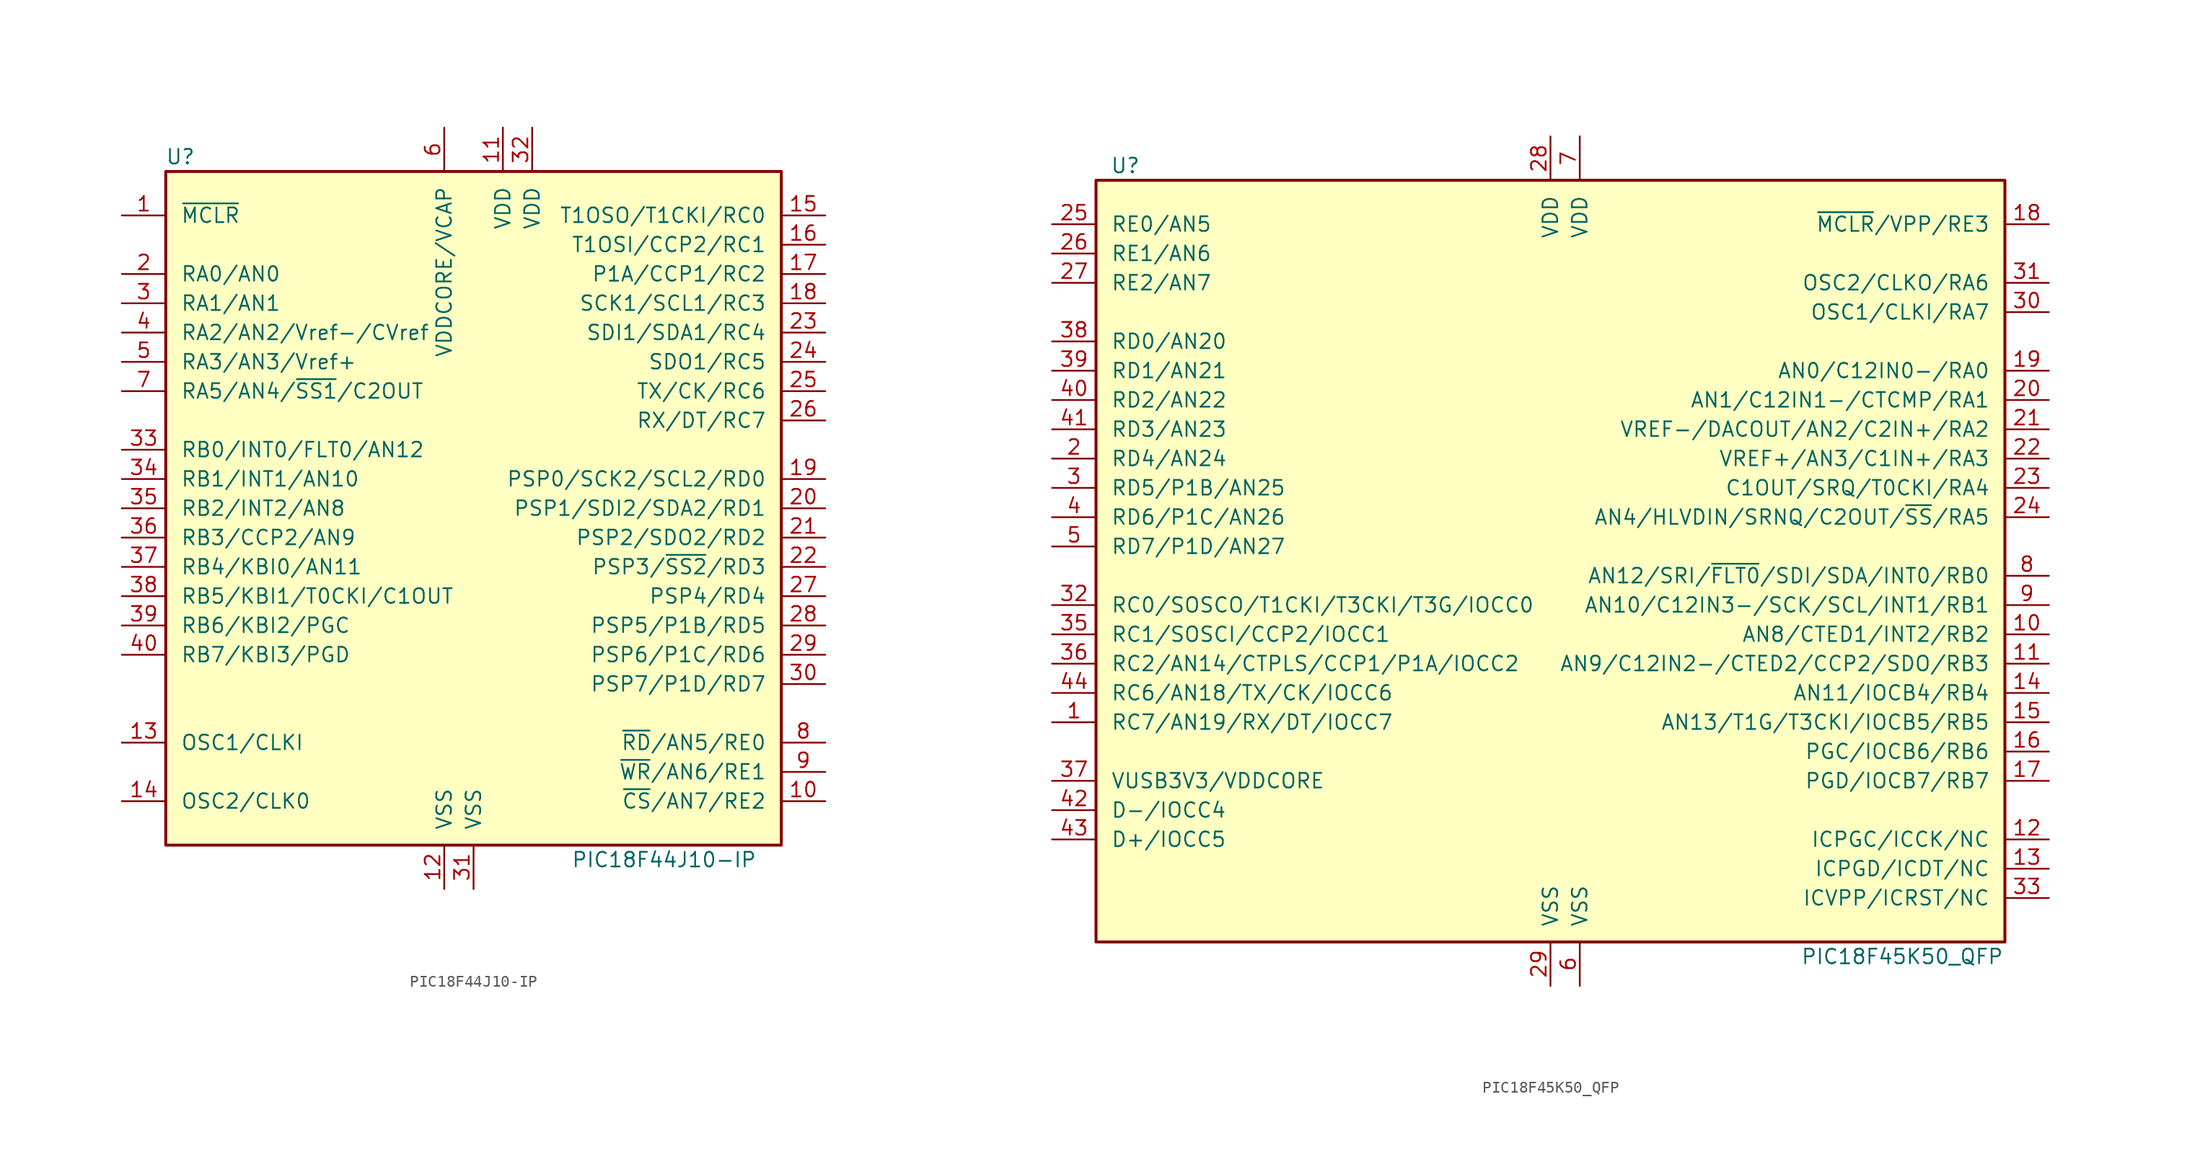
<source format=kicad_sym>
(kicad_symbol_lib
  (version 20241209)
  (generator "kicad_symbol_editor")
  (generator_version "9.0")
  (symbol "PIC18F44J10-IP"
    (pin_names
      (offset 1.27))
    (property "Reference" "U"
      (at -25.4 30.48 0)
      (effects (font (size 1.27 1.27))))
    (property "Value" "PIC18F44J10-IP"
      (at 16.51 -30.48 0)
      (effects (font (size 1.27 1.27))))
    (symbol "PIC18F44J10-IP_0_0"
      (rectangle (start -26.67 -29.21) (end 26.67 29.21) (stroke (width 0.254) (type default)) (fill (type background))))
    (symbol "PIC18F44J10-IP_1_1"
      (pin input line (at -30.48 25.4 0) (length 3.81) (name "~{MCLR}" (effects (font (size 1.27 1.27)))) (number "1" (effects (font (size 1.27 1.27)))))
      (pin tri_state line (at -30.48 20.32 0) (length 3.81) (name "RA0/AN0" (effects (font (size 1.27 1.27)))) (number "2" (effects (font (size 1.27 1.27)))))
      (pin tri_state line (at -30.48 17.78 0) (length 3.81) (name "RA1/AN1" (effects (font (size 1.27 1.27)))) (number "3" (effects (font (size 1.27 1.27)))))
      (pin tri_state line (at -30.48 15.24 0) (length 3.81) (name "RA2/AN2/Vref-/CVref" (effects (font (size 1.27 1.27)))) (number "4" (effects (font (size 1.27 1.27)))))
      (pin tri_state line (at -30.48 12.7 0) (length 3.81) (name "RA3/AN3/Vref+" (effects (font (size 1.27 1.27)))) (number "5" (effects (font (size 1.27 1.27)))))
      (pin tri_state line (at -30.48 10.16 0) (length 3.81) (name "RA5/AN4/~{SS1}/C2OUT" (effects (font (size 1.27 1.27)))) (number "7" (effects (font (size 1.27 1.27)))))
      (pin tri_state line (at -30.48 5.08 0) (length 3.81) (name "RB0/INT0/FLT0/AN12" (effects (font (size 1.27 1.27)))) (number "33" (effects (font (size 1.27 1.27)))))
      (pin tri_state line (at -30.48 2.54 0) (length 3.81) (name "RB1/INT1/AN10" (effects (font (size 1.27 1.27)))) (number "34" (effects (font (size 1.27 1.27)))))
      (pin tri_state line (at -30.48 0 0) (length 3.81) (name "RB2/INT2/AN8" (effects (font (size 1.27 1.27)))) (number "35" (effects (font (size 1.27 1.27)))))
      (pin tri_state line (at -30.48 -2.54 0) (length 3.81) (name "RB3/CCP2/AN9" (effects (font (size 1.27 1.27)))) (number "36" (effects (font (size 1.27 1.27)))))
      (pin tri_state line (at -30.48 -5.08 0) (length 3.81) (name "RB4/KBI0/AN11" (effects (font (size 1.27 1.27)))) (number "37" (effects (font (size 1.27 1.27)))))
      (pin tri_state line (at -30.48 -7.62 0) (length 3.81) (name "RB5/KBI1/T0CKI/C1OUT" (effects (font (size 1.27 1.27)))) (number "38" (effects (font (size 1.27 1.27)))))
      (pin tri_state line (at -30.48 -10.16 0) (length 3.81) (name "RB6/KBI2/PGC" (effects (font (size 1.27 1.27)))) (number "39" (effects (font (size 1.27 1.27)))))
      (pin tri_state line (at -30.48 -12.7 0) (length 3.81) (name "RB7/KBI3/PGD" (effects (font (size 1.27 1.27)))) (number "40" (effects (font (size 1.27 1.27)))))
      (pin input line (at -30.48 -20.32 0) (length 3.81) (name "OSC1/CLKI" (effects (font (size 1.27 1.27)))) (number "13" (effects (font (size 1.27 1.27)))))
      (pin output line (at -30.48 -25.4 0) (length 3.81) (name "OSC2/CLK0" (effects (font (size 1.27 1.27)))) (number "14" (effects (font (size 1.27 1.27)))))
      (pin passive line (at -2.54 33.02 270) (length 3.81) (name "VDDCORE/VCAP" (effects (font (size 1.27 1.27)))) (number "6" (effects (font (size 1.27 1.27)))))
      (pin power_in line (at -2.54 -33.02 90) (length 3.81) (name "VSS" (effects (font (size 1.27 1.27)))) (number "12" (effects (font (size 1.27 1.27)))))
      (pin power_in line (at 0 -33.02 90) (length 3.81) (name "VSS" (effects (font (size 1.27 1.27)))) (number "31" (effects (font (size 1.27 1.27)))))
      (pin power_in line (at 2.54 33.02 270) (length 3.81) (name "VDD" (effects (font (size 1.27 1.27)))) (number "11" (effects (font (size 1.27 1.27)))))
      (pin power_in line (at 5.08 33.02 270) (length 3.81) (name "VDD" (effects (font (size 1.27 1.27)))) (number "32" (effects (font (size 1.27 1.27)))))
      (pin tri_state line (at 30.48 25.4 180) (length 3.81) (name "T1OSO/T1CKI/RC0" (effects (font (size 1.27 1.27)))) (number "15" (effects (font (size 1.27 1.27)))))
      (pin tri_state line (at 30.48 22.86 180) (length 3.81) (name "T1OSI/CCP2/RC1" (effects (font (size 1.27 1.27)))) (number "16" (effects (font (size 1.27 1.27)))))
      (pin tri_state line (at 30.48 20.32 180) (length 3.81) (name "P1A/CCP1/RC2" (effects (font (size 1.27 1.27)))) (number "17" (effects (font (size 1.27 1.27)))))
      (pin tri_state line (at 30.48 17.78 180) (length 3.81) (name "SCK1/SCL1/RC3" (effects (font (size 1.27 1.27)))) (number "18" (effects (font (size 1.27 1.27)))))
      (pin tri_state line (at 30.48 15.24 180) (length 3.81) (name "SDI1/SDA1/RC4" (effects (font (size 1.27 1.27)))) (number "23" (effects (font (size 1.27 1.27)))))
      (pin tri_state line (at 30.48 12.7 180) (length 3.81) (name "SDO1/RC5" (effects (font (size 1.27 1.27)))) (number "24" (effects (font (size 1.27 1.27)))))
      (pin tri_state line (at 30.48 10.16 180) (length 3.81) (name "TX/CK/RC6" (effects (font (size 1.27 1.27)))) (number "25" (effects (font (size 1.27 1.27)))))
      (pin tri_state line (at 30.48 7.62 180) (length 3.81) (name "RX/DT/RC7" (effects (font (size 1.27 1.27)))) (number "26" (effects (font (size 1.27 1.27)))))
      (pin tri_state line (at 30.48 2.54 180) (length 3.81) (name "PSP0/SCK2/SCL2/RD0" (effects (font (size 1.27 1.27)))) (number "19" (effects (font (size 1.27 1.27)))))
      (pin tri_state line (at 30.48 0 180) (length 3.81) (name "PSP1/SDI2/SDA2/RD1" (effects (font (size 1.27 1.27)))) (number "20" (effects (font (size 1.27 1.27)))))
      (pin tri_state line (at 30.48 -2.54 180) (length 3.81) (name "PSP2/SDO2/RD2" (effects (font (size 1.27 1.27)))) (number "21" (effects (font (size 1.27 1.27)))))
      (pin tri_state line (at 30.48 -5.08 180) (length 3.81) (name "PSP3/~{SS2}/RD3" (effects (font (size 1.27 1.27)))) (number "22" (effects (font (size 1.27 1.27)))))
      (pin tri_state line (at 30.48 -7.62 180) (length 3.81) (name "PSP4/RD4" (effects (font (size 1.27 1.27)))) (number "27" (effects (font (size 1.27 1.27)))))
      (pin tri_state line (at 30.48 -10.16 180) (length 3.81) (name "PSP5/P1B/RD5" (effects (font (size 1.27 1.27)))) (number "28" (effects (font (size 1.27 1.27)))))
      (pin tri_state line (at 30.48 -12.7 180) (length 3.81) (name "PSP6/P1C/RD6" (effects (font (size 1.27 1.27)))) (number "29" (effects (font (size 1.27 1.27)))))
      (pin tri_state line (at 30.48 -15.24 180) (length 3.81) (name "PSP7/P1D/RD7" (effects (font (size 1.27 1.27)))) (number "30" (effects (font (size 1.27 1.27)))))
      (pin tri_state line (at 30.48 -20.32 180) (length 3.81) (name "~{RD}/AN5/RE0" (effects (font (size 1.27 1.27)))) (number "8" (effects (font (size 1.27 1.27)))))
      (pin tri_state line (at 30.48 -22.86 180) (length 3.81) (name "~{WR}/AN6/RE1" (effects (font (size 1.27 1.27)))) (number "9" (effects (font (size 1.27 1.27)))))
      (pin tri_state line (at 30.48 -25.4 180) (length 3.81) (name "~{CS}/AN7/RE2" (effects (font (size 1.27 1.27)))) (number "10" (effects (font (size 1.27 1.27)))))))
  (symbol "PIC18F45K50_QFP"
    (pin_names
      (offset 1.27))
    (property "Reference" "U"
      (at -36.83 33.02 0)
      (effects (font (size 1.27 1.27))))
    (property "Value" "PIC18F45K50_QFP"
      (at 30.48 -35.56 0)
      (effects (font (size 1.27 1.27))))
    (symbol "PIC18F45K50_QFP_0_1"
      (rectangle (start -39.37 31.75) (end 39.37 -34.29) (stroke (width 0.254) (type default)) (fill (type background))))
    (symbol "PIC18F45K50_QFP_1_1"
      (pin bidirectional line (at -43.18 27.94 0) (length 3.81) (name "RE0/AN5" (effects (font (size 1.27 1.27)))) (number "25" (effects (font (size 1.27 1.27)))))
      (pin bidirectional line (at -43.18 25.4 0) (length 3.81) (name "RE1/AN6" (effects (font (size 1.27 1.27)))) (number "26" (effects (font (size 1.27 1.27)))))
      (pin bidirectional line (at -43.18 22.86 0) (length 3.81) (name "RE2/AN7" (effects (font (size 1.27 1.27)))) (number "27" (effects (font (size 1.27 1.27)))))
      (pin bidirectional line (at -43.18 17.78 0) (length 3.81) (name "RD0/AN20" (effects (font (size 1.27 1.27)))) (number "38" (effects (font (size 1.27 1.27)))))
      (pin bidirectional line (at -43.18 15.24 0) (length 3.81) (name "RD1/AN21" (effects (font (size 1.27 1.27)))) (number "39" (effects (font (size 1.27 1.27)))))
      (pin bidirectional line (at -43.18 12.7 0) (length 3.81) (name "RD2/AN22" (effects (font (size 1.27 1.27)))) (number "40" (effects (font (size 1.27 1.27)))))
      (pin bidirectional line (at -43.18 10.16 0) (length 3.81) (name "RD3/AN23" (effects (font (size 1.27 1.27)))) (number "41" (effects (font (size 1.27 1.27)))))
      (pin bidirectional line (at -43.18 7.62 0) (length 3.81) (name "RD4/AN24" (effects (font (size 1.27 1.27)))) (number "2" (effects (font (size 1.27 1.27)))))
      (pin bidirectional line (at -43.18 5.08 0) (length 3.81) (name "RD5/P1B/AN25" (effects (font (size 1.27 1.27)))) (number "3" (effects (font (size 1.27 1.27)))))
      (pin bidirectional line (at -43.18 2.54 0) (length 3.81) (name "RD6/P1C/AN26" (effects (font (size 1.27 1.27)))) (number "4" (effects (font (size 1.27 1.27)))))
      (pin bidirectional line (at -43.18 0 0) (length 3.81) (name "RD7/P1D/AN27" (effects (font (size 1.27 1.27)))) (number "5" (effects (font (size 1.27 1.27)))))
      (pin bidirectional line (at -43.18 -5.08 0) (length 3.81) (name "RC0/SOSCO/T1CKI/T3CKI/T3G/IOCC0" (effects (font (size 1.27 1.27)))) (number "32" (effects (font (size 1.27 1.27)))))
      (pin bidirectional line (at -43.18 -7.62 0) (length 3.81) (name "RC1/SOSCI/CCP2/IOCC1" (effects (font (size 1.27 1.27)))) (number "35" (effects (font (size 1.27 1.27)))))
      (pin bidirectional line (at -43.18 -10.16 0) (length 3.81) (name "RC2/AN14/CTPLS/CCP1/P1A/IOCC2" (effects (font (size 1.27 1.27)))) (number "36" (effects (font (size 1.27 1.27)))))
      (pin bidirectional line (at -43.18 -12.7 0) (length 3.81) (name "RC6/AN18/TX/CK/IOCC6" (effects (font (size 1.27 1.27)))) (number "44" (effects (font (size 1.27 1.27)))))
      (pin bidirectional line (at -43.18 -15.24 0) (length 3.81) (name "RC7/AN19/RX/DT/IOCC7" (effects (font (size 1.27 1.27)))) (number "1" (effects (font (size 1.27 1.27)))))
      (pin power_in line (at -43.18 -20.32 0) (length 3.81) (name "VUSB3V3/VDDCORE" (effects (font (size 1.27 1.27)))) (number "37" (effects (font (size 1.27 1.27)))))
      (pin bidirectional line (at -43.18 -22.86 0) (length 3.81) (name "D-/IOCC4" (effects (font (size 1.27 1.27)))) (number "42" (effects (font (size 1.27 1.27)))))
      (pin bidirectional line (at -43.18 -25.4 0) (length 3.81) (name "D+/IOCC5" (effects (font (size 1.27 1.27)))) (number "43" (effects (font (size 1.27 1.27)))))
      (pin no_connect line (at -17.78 -34.29 90) (length 3.81) (hide yes) (name "NC" (effects (font (size 1.27 1.27)))) (number "34" (effects (font (size 1.27 1.27)))))
      (pin power_in line (at 0 35.56 270) (length 3.81) (name "VDD" (effects (font (size 1.27 1.27)))) (number "28" (effects (font (size 1.27 1.27)))))
      (pin power_in line (at 0 -38.1 90) (length 3.81) (name "VSS" (effects (font (size 1.27 1.27)))) (number "29" (effects (font (size 1.27 1.27)))))
      (pin power_in line (at 2.54 35.56 270) (length 3.81) (name "VDD" (effects (font (size 1.27 1.27)))) (number "7" (effects (font (size 1.27 1.27)))))
      (pin power_in line (at 2.54 -38.1 90) (length 3.81) (name "VSS" (effects (font (size 1.27 1.27)))) (number "6" (effects (font (size 1.27 1.27)))))
      (pin input line (at 43.18 27.94 180) (length 3.81) (name "~{MCLR}/VPP/RE3" (effects (font (size 1.27 1.27)))) (number "18" (effects (font (size 1.27 1.27)))))
      (pin bidirectional line (at 43.18 22.86 180) (length 3.81) (name "OSC2/CLKO/RA6" (effects (font (size 1.27 1.27)))) (number "31" (effects (font (size 1.27 1.27)))))
      (pin bidirectional line (at 43.18 20.32 180) (length 3.81) (name "OSC1/CLKI/RA7" (effects (font (size 1.27 1.27)))) (number "30" (effects (font (size 1.27 1.27)))))
      (pin bidirectional line (at 43.18 15.24 180) (length 3.81) (name "AN0/C12IN0-/RA0" (effects (font (size 1.27 1.27)))) (number "19" (effects (font (size 1.27 1.27)))))
      (pin bidirectional line (at 43.18 12.7 180) (length 3.81) (name "AN1/C12IN1-/CTCMP/RA1" (effects (font (size 1.27 1.27)))) (number "20" (effects (font (size 1.27 1.27)))))
      (pin bidirectional line (at 43.18 10.16 180) (length 3.81) (name "VREF-/DACOUT/AN2/C2IN+/RA2" (effects (font (size 1.27 1.27)))) (number "21" (effects (font (size 1.27 1.27)))))
      (pin bidirectional line (at 43.18 7.62 180) (length 3.81) (name "VREF+/AN3/C1IN+/RA3" (effects (font (size 1.27 1.27)))) (number "22" (effects (font (size 1.27 1.27)))))
      (pin bidirectional line (at 43.18 5.08 180) (length 3.81) (name "C1OUT/SRQ/T0CKI/RA4" (effects (font (size 1.27 1.27)))) (number "23" (effects (font (size 1.27 1.27)))))
      (pin bidirectional line (at 43.18 2.54 180) (length 3.81) (name "AN4/HLVDIN/SRNQ/C2OUT/~{SS}/RA5" (effects (font (size 1.27 1.27)))) (number "24" (effects (font (size 1.27 1.27)))))
      (pin bidirectional line (at 43.18 -2.54 180) (length 3.81) (name "AN12/SRI/~{FLT0}/SDI/SDA/INT0/RB0" (effects (font (size 1.27 1.27)))) (number "8" (effects (font (size 1.27 1.27)))))
      (pin bidirectional line (at 43.18 -5.08 180) (length 3.81) (name "AN10/C12IN3-/SCK/SCL/INT1/RB1" (effects (font (size 1.27 1.27)))) (number "9" (effects (font (size 1.27 1.27)))))
      (pin bidirectional line (at 43.18 -7.62 180) (length 3.81) (name "AN8/CTED1/INT2/RB2" (effects (font (size 1.27 1.27)))) (number "10" (effects (font (size 1.27 1.27)))))
      (pin bidirectional line (at 43.18 -10.16 180) (length 3.81) (name "AN9/C12IN2-/CTED2/CCP2/SDO/RB3" (effects (font (size 1.27 1.27)))) (number "11" (effects (font (size 1.27 1.27)))))
      (pin bidirectional line (at 43.18 -12.7 180) (length 3.81) (name "AN11/IOCB4/RB4" (effects (font (size 1.27 1.27)))) (number "14" (effects (font (size 1.27 1.27)))))
      (pin bidirectional line (at 43.18 -15.24 180) (length 3.81) (name "AN13/T1G/T3CKI/IOCB5/RB5" (effects (font (size 1.27 1.27)))) (number "15" (effects (font (size 1.27 1.27)))))
      (pin bidirectional line (at 43.18 -17.78 180) (length 3.81) (name "PGC/IOCB6/RB6" (effects (font (size 1.27 1.27)))) (number "16" (effects (font (size 1.27 1.27)))))
      (pin bidirectional line (at 43.18 -20.32 180) (length 3.81) (name "PGD/IOCB7/RB7" (effects (font (size 1.27 1.27)))) (number "17" (effects (font (size 1.27 1.27)))))
      (pin bidirectional line (at 43.18 -25.4 180) (length 3.81) (name "ICPGC/ICCK/NC" (effects (font (size 1.27 1.27)))) (number "12" (effects (font (size 1.27 1.27)))))
      (pin bidirectional line (at 43.18 -27.94 180) (length 3.81) (name "ICPGD/ICDT/NC" (effects (font (size 1.27 1.27)))) (number "13" (effects (font (size 1.27 1.27)))))
      (pin bidirectional line (at 43.18 -30.48 180) (length 3.81) (name "ICVPP/ICRST/NC" (effects (font (size 1.27 1.27)))) (number "33" (effects (font (size 1.27 1.27))))))))
</source>
